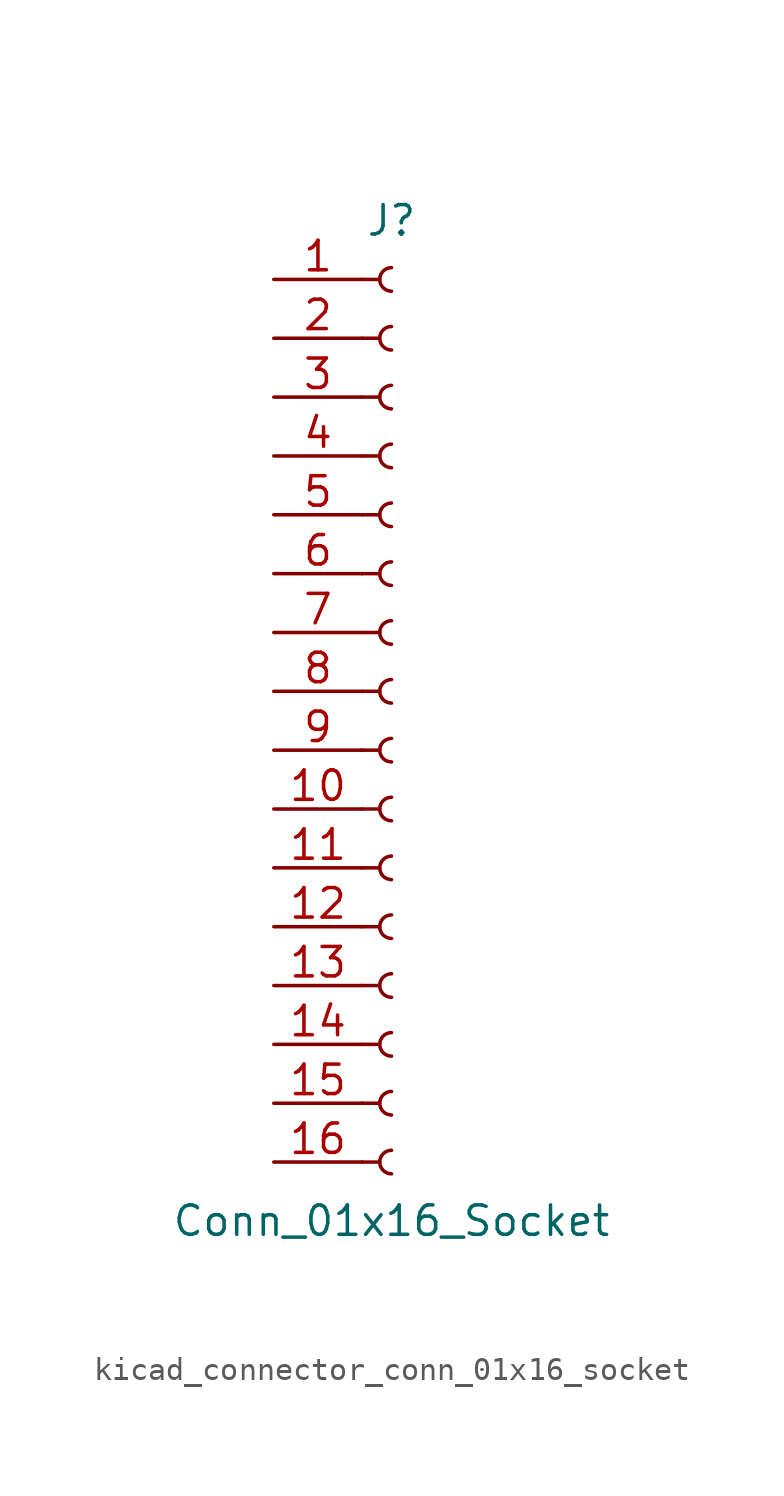
<source format=kicad_sym>
(kicad_symbol_lib
  (version 20220914)
  (generator kicad_symbol_editor)
  (symbol "kicad_connector_conn_01x16_socket"
    (pin_names
      (offset 1.016) hide)
    (property "Reference" "J"
      (at 0 20.32 0)
      (effects (font (size 1.27 1.27))))
    (property "Value" "Conn_01x16_Socket"
      (at 0 -22.86 0)
      (effects (font (size 1.27 1.27))))
    (property "ki_locked" ""
      (at 0 0 0)
      (effects (font (size 1.27 1.27))))
    (symbol "kicad_connector_conn_01x16_socket_1_1"
      (arc (start 0 -19.812) (mid -0.5058 -20.32) (end 0 -20.828) (stroke (width 0.1524) (type default)) (fill (type none)))
      (arc (start 0 -17.272) (mid -0.5058 -17.78) (end 0 -18.288) (stroke (width 0.1524) (type default)) (fill (type none)))
      (arc (start 0 -14.732) (mid -0.5058 -15.24) (end 0 -15.748) (stroke (width 0.1524) (type default)) (fill (type none)))
      (arc (start 0 -12.192) (mid -0.5058 -12.7) (end 0 -13.208) (stroke (width 0.1524) (type default)) (fill (type none)))
      (arc (start 0 -9.652) (mid -0.5058 -10.16) (end 0 -10.668) (stroke (width 0.1524) (type default)) (fill (type none)))
      (arc (start 0 -7.112) (mid -0.5058 -7.62) (end 0 -8.128) (stroke (width 0.1524) (type default)) (fill (type none)))
      (arc (start 0 -4.572) (mid -0.5058 -5.08) (end 0 -5.588) (stroke (width 0.1524) (type default)) (fill (type none)))
      (arc (start 0 -2.032) (mid -0.5058 -2.54) (end 0 -3.048) (stroke (width 0.1524) (type default)) (fill (type none)))
      (polyline (pts (xy -1.27 -20.32) (xy -0.508 -20.32)) (stroke (width 0.152) (type default)) (fill (type none)))
      (polyline (pts (xy -1.27 -17.78) (xy -0.508 -17.78)) (stroke (width 0.152) (type default)) (fill (type none)))
      (polyline (pts (xy -1.27 -15.24) (xy -0.508 -15.24)) (stroke (width 0.152) (type default)) (fill (type none)))
      (polyline (pts (xy -1.27 -12.7) (xy -0.508 -12.7)) (stroke (width 0.152) (type default)) (fill (type none)))
      (polyline (pts (xy -1.27 -10.16) (xy -0.508 -10.16)) (stroke (width 0.152) (type default)) (fill (type none)))
      (polyline (pts (xy -1.27 -7.62) (xy -0.508 -7.62)) (stroke (width 0.152) (type default)) (fill (type none)))
      (polyline (pts (xy -1.27 -5.08) (xy -0.508 -5.08)) (stroke (width 0.152) (type default)) (fill (type none)))
      (polyline (pts (xy -1.27 -2.54) (xy -0.508 -2.54)) (stroke (width 0.152) (type default)) (fill (type none)))
      (polyline (pts (xy -1.27 0) (xy -0.508 0)) (stroke (width 0.152) (type default)) (fill (type none)))
      (polyline (pts (xy -1.27 2.54) (xy -0.508 2.54)) (stroke (width 0.152) (type default)) (fill (type none)))
      (polyline (pts (xy -1.27 5.08) (xy -0.508 5.08)) (stroke (width 0.152) (type default)) (fill (type none)))
      (polyline (pts (xy -1.27 7.62) (xy -0.508 7.62)) (stroke (width 0.152) (type default)) (fill (type none)))
      (polyline (pts (xy -1.27 10.16) (xy -0.508 10.16)) (stroke (width 0.152) (type default)) (fill (type none)))
      (polyline (pts (xy -1.27 12.7) (xy -0.508 12.7)) (stroke (width 0.152) (type default)) (fill (type none)))
      (polyline (pts (xy -1.27 15.24) (xy -0.508 15.24)) (stroke (width 0.152) (type default)) (fill (type none)))
      (polyline (pts (xy -1.27 17.78) (xy -0.508 17.78)) (stroke (width 0.152) (type default)) (fill (type none)))
      (arc (start 0 0.508) (mid -0.5058 0) (end 0 -0.508) (stroke (width 0.1524) (type default)) (fill (type none)))
      (arc (start 0 3.048) (mid -0.5058 2.54) (end 0 2.032) (stroke (width 0.1524) (type default)) (fill (type none)))
      (arc (start 0 5.588) (mid -0.5058 5.08) (end 0 4.572) (stroke (width 0.1524) (type default)) (fill (type none)))
      (arc (start 0 8.128) (mid -0.5058 7.62) (end 0 7.112) (stroke (width 0.1524) (type default)) (fill (type none)))
      (arc (start 0 10.668) (mid -0.5058 10.16) (end 0 9.652) (stroke (width 0.1524) (type default)) (fill (type none)))
      (arc (start 0 13.208) (mid -0.5058 12.7) (end 0 12.192) (stroke (width 0.1524) (type default)) (fill (type none)))
      (arc (start 0 15.748) (mid -0.5058 15.24) (end 0 14.732) (stroke (width 0.1524) (type default)) (fill (type none)))
      (arc (start 0 18.288) (mid -0.5058 17.78) (end 0 17.272) (stroke (width 0.1524) (type default)) (fill (type none)))
      (pin passive line (at -5.08 17.78 0) (length 3.81) (name "Pin_1" (effects (font (size 1.27 1.27)))) (number "1" (effects (font (size 1.27 1.27)))))
      (pin passive line (at -5.08 -5.08 0) (length 3.81) (name "Pin_10" (effects (font (size 1.27 1.27)))) (number "10" (effects (font (size 1.27 1.27)))))
      (pin passive line (at -5.08 -7.62 0) (length 3.81) (name "Pin_11" (effects (font (size 1.27 1.27)))) (number "11" (effects (font (size 1.27 1.27)))))
      (pin passive line (at -5.08 -10.16 0) (length 3.81) (name "Pin_12" (effects (font (size 1.27 1.27)))) (number "12" (effects (font (size 1.27 1.27)))))
      (pin passive line (at -5.08 -12.7 0) (length 3.81) (name "Pin_13" (effects (font (size 1.27 1.27)))) (number "13" (effects (font (size 1.27 1.27)))))
      (pin passive line (at -5.08 -15.24 0) (length 3.81) (name "Pin_14" (effects (font (size 1.27 1.27)))) (number "14" (effects (font (size 1.27 1.27)))))
      (pin passive line (at -5.08 -17.78 0) (length 3.81) (name "Pin_15" (effects (font (size 1.27 1.27)))) (number "15" (effects (font (size 1.27 1.27)))))
      (pin passive line (at -5.08 -20.32 0) (length 3.81) (name "Pin_16" (effects (font (size 1.27 1.27)))) (number "16" (effects (font (size 1.27 1.27)))))
      (pin passive line (at -5.08 15.24 0) (length 3.81) (name "Pin_2" (effects (font (size 1.27 1.27)))) (number "2" (effects (font (size 1.27 1.27)))))
      (pin passive line (at -5.08 12.7 0) (length 3.81) (name "Pin_3" (effects (font (size 1.27 1.27)))) (number "3" (effects (font (size 1.27 1.27)))))
      (pin passive line (at -5.08 10.16 0) (length 3.81) (name "Pin_4" (effects (font (size 1.27 1.27)))) (number "4" (effects (font (size 1.27 1.27)))))
      (pin passive line (at -5.08 7.62 0) (length 3.81) (name "Pin_5" (effects (font (size 1.27 1.27)))) (number "5" (effects (font (size 1.27 1.27)))))
      (pin passive line (at -5.08 5.08 0) (length 3.81) (name "Pin_6" (effects (font (size 1.27 1.27)))) (number "6" (effects (font (size 1.27 1.27)))))
      (pin passive line (at -5.08 2.54 0) (length 3.81) (name "Pin_7" (effects (font (size 1.27 1.27)))) (number "7" (effects (font (size 1.27 1.27)))))
      (pin passive line (at -5.08 0 0) (length 3.81) (name "Pin_8" (effects (font (size 1.27 1.27)))) (number "8" (effects (font (size 1.27 1.27)))))
      (pin passive line (at -5.08 -2.54 0) (length 3.81) (name "Pin_9" (effects (font (size 1.27 1.27)))) (number "9" (effects (font (size 1.27 1.27))))))))
</source>
